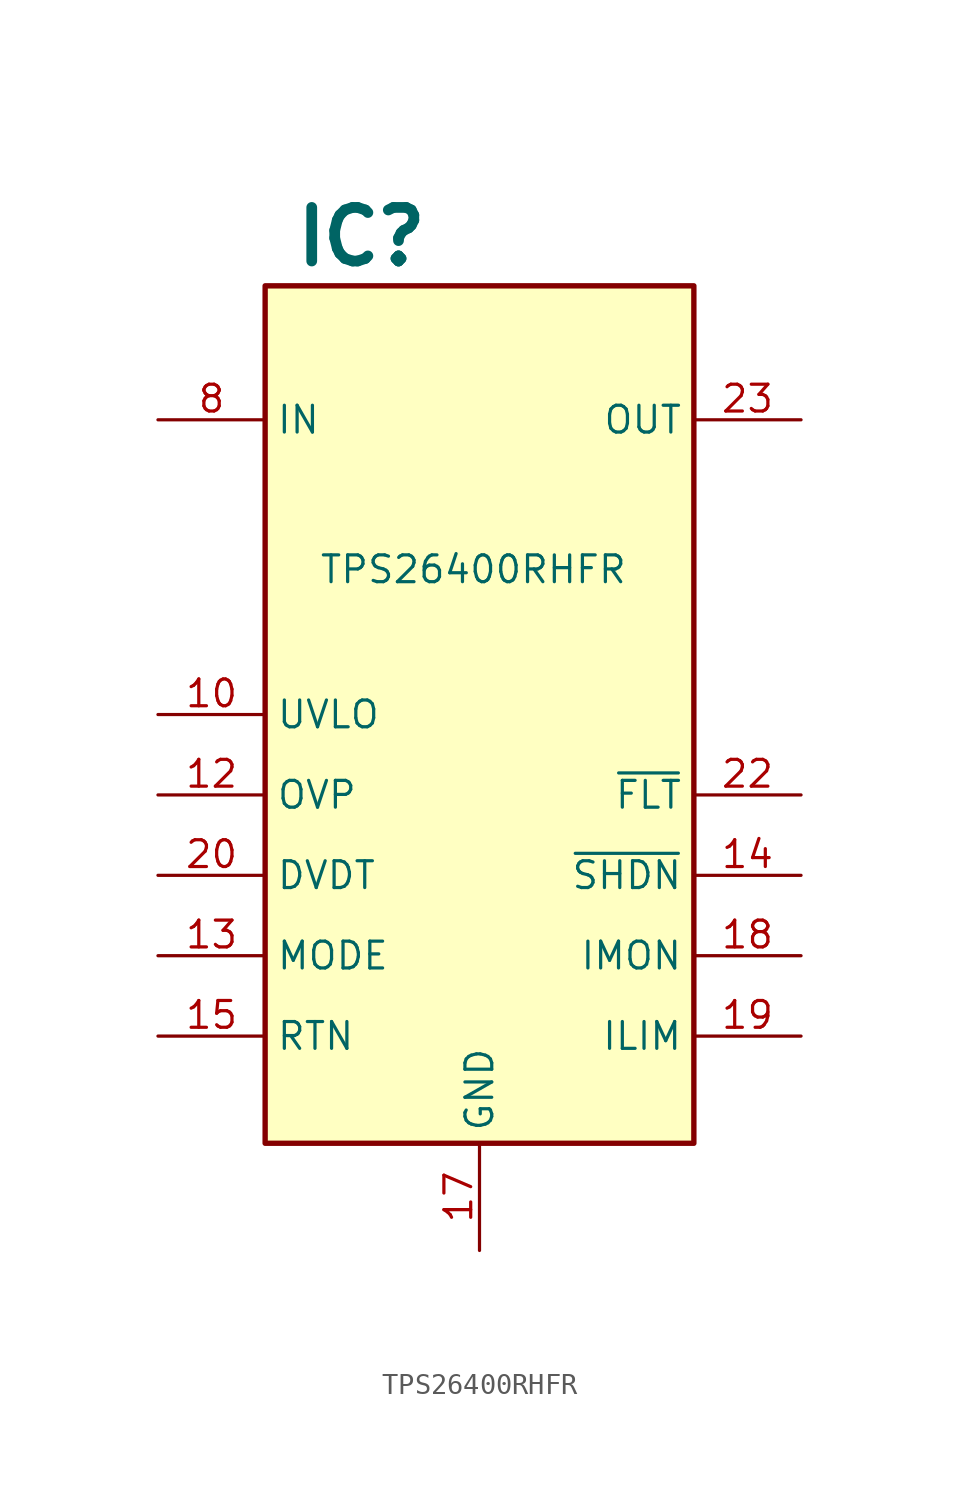
<source format=kicad_sym>
(kicad_symbol_lib
  (version 20220914)
  (generator kicad_symbol_editor)
  (symbol "TPS26400RHFR"
    (property "Reference" "IC"
      (at -8.89 21.59 0)
      (effects (font (size 2.54 2.54) bold) (justify left top)))
    (property "Value" "TPS26400RHFR"
      (at -7.62 5.08 0)
      (effects (font (size 1.27 1.27)) (justify left top)))
    (symbol "TPS26400RHFR_1_1"
      (rectangle (start -10.16 17.78) (end 10.16 -22.86) (stroke (width 0.254) (type default)) (fill (type background)))
      (pin passive line (at -15.24 -2.54 0) (length 5.08) (name "UVLO" (effects (font (size 1.27 1.27)))) (number "10" (effects (font (size 1.27 1.27)))))
      (pin passive line (at -15.24 -6.35 0) (length 5.08) (name "OVP" (effects (font (size 1.27 1.27)))) (number "12" (effects (font (size 1.27 1.27)))))
      (pin passive line (at -15.24 -13.97 0) (length 5.08) (name "MODE" (effects (font (size 1.27 1.27)))) (number "13" (effects (font (size 1.27 1.27)))))
      (pin passive line (at 15.24 -10.16 180) (length 5.08) (name "~{SHDN}" (effects (font (size 1.27 1.27)))) (number "14" (effects (font (size 1.27 1.27)))))
      (pin passive line (at -15.24 -17.78 0) (length 5.08) (name "RTN" (effects (font (size 1.27 1.27)))) (number "15" (effects (font (size 1.27 1.27)))))
      (pin passive line (at 0 -27.94 90) (length 5.08) (name "GND" (effects (font (size 1.27 1.27)))) (number "17" (effects (font (size 1.27 1.27)))))
      (pin passive line (at 15.24 -13.97 180) (length 5.08) (name "IMON" (effects (font (size 1.27 1.27)))) (number "18" (effects (font (size 1.27 1.27)))))
      (pin passive line (at 15.24 -17.78 180) (length 5.08) (name "ILIM" (effects (font (size 1.27 1.27)))) (number "19" (effects (font (size 1.27 1.27)))))
      (pin passive line (at -15.24 -10.16 0) (length 5.08) (name "DVDT" (effects (font (size 1.27 1.27)))) (number "20" (effects (font (size 1.27 1.27)))))
      (pin passive line (at 15.24 -6.35 180) (length 5.08) (name "~{FLT}" (effects (font (size 1.27 1.27)))) (number "22" (effects (font (size 1.27 1.27)))))
      (pin passive line (at 15.24 11.43 180) (length 5.08) (name "OUT" (effects (font (size 1.27 1.27)))) (number "23" (effects (font (size 1.27 1.27)))))
      (pin passive line (at -15.24 -17.78 0) (length 5.08) hide (name "EP" (effects (font (size 1.27 1.27)))) (number "25" (effects (font (size 1.27 1.27)))))
      (pin passive line (at -15.24 11.43 0) (length 5.08) (name "IN" (effects (font (size 1.27 1.27)))) (number "8" (effects (font (size 1.27 1.27))))))))
</source>
